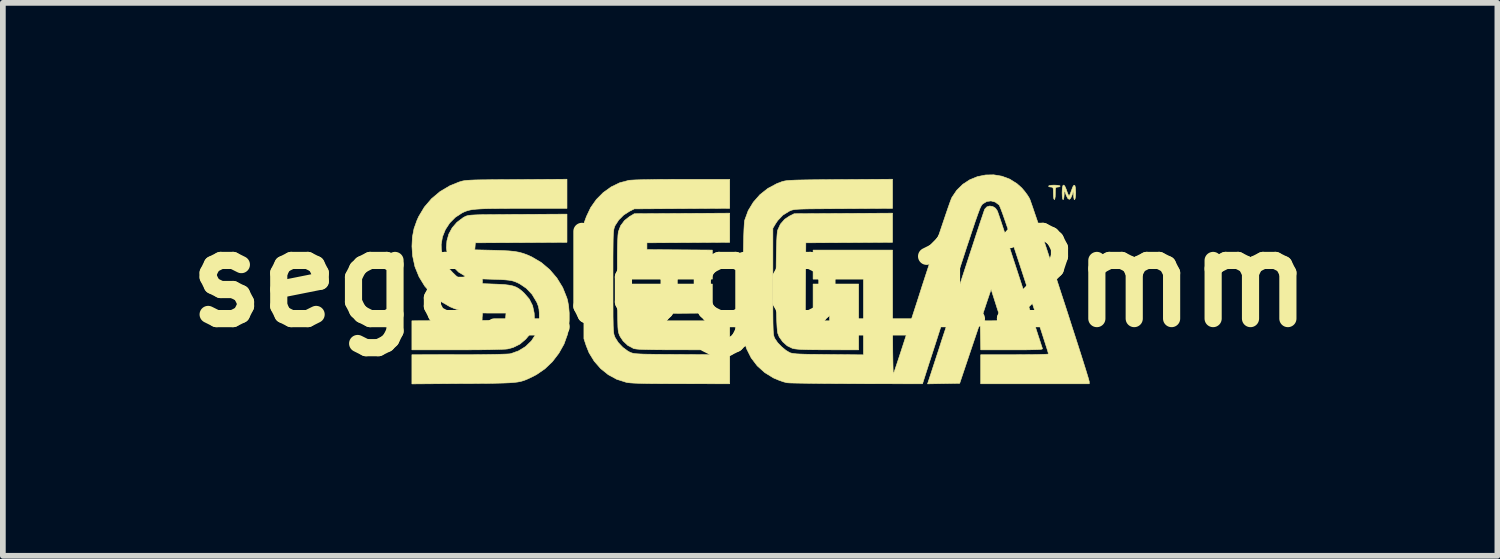
<source format=kicad_pcb>
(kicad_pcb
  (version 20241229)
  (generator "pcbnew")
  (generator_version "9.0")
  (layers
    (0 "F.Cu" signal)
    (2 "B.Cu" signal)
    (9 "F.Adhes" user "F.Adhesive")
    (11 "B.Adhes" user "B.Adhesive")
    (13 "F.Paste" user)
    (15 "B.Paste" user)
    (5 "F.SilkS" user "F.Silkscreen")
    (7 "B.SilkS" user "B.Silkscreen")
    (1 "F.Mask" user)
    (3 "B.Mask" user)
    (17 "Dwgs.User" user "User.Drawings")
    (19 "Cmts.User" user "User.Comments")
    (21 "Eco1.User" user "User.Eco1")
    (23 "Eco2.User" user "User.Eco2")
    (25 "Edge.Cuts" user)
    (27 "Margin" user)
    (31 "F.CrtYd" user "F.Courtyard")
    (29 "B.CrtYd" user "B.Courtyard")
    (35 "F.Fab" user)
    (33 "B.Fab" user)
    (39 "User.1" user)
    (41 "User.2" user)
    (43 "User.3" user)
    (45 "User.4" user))
  (footprint "sega_logo_12mm"
    (layer "F.Cu")
    (at 10.058 1.828)
    (property "Reference" "sega_logo_12mm" (at 0 0 0) (layer "F.SilkS") (effects (font (size 1.524 1.524) (thickness 0.3))))
    (attr through_hole)
    (fp_poly (pts (xy -0.356 -0.644) (xy -1.079 -0.639) (xy -1.803 -0.635) (xy -1.803 -0.516) (xy -1.232 -0.512) (xy -0.66 -0.508) (xy -0.66 0) (xy -2.32 0) (xy -2.32 -0.372) (xy -2.319 -0.486) (xy -2.317 -0.595) (xy -2.313 -0.691) (xy -2.309 -0.767) (xy -2.303 -0.818) (xy -2.302 -0.828) (xy -2.262 -0.934) (xy -2.194 -1.025) (xy -2.105 -1.095) (xy -2.024 -1.143) (xy -1.19 -1.148) (xy -0.356 -1.153) (xy -0.356 -0.644)) (stroke (width 0.01) (type solid)) (fill yes) (layer "F.SilkS"))
    (fp_poly (pts (xy 5.371 -1.64) (xy 5.408 -1.633) (xy 5.419 -1.626) (xy 5.404 -1.613) (xy 5.376 -1.609) (xy 5.354 -1.607) (xy 5.341 -1.596) (xy 5.335 -1.568) (xy 5.334 -1.517) (xy 5.334 -1.499) (xy 5.332 -1.441) (xy 5.325 -1.402) (xy 5.317 -1.389) (xy 5.308 -1.404) (xy 5.302 -1.445) (xy 5.3 -1.499) (xy 5.299 -1.558) (xy 5.295 -1.591) (xy 5.285 -1.605) (xy 5.265 -1.609) (xy 5.258 -1.609) (xy 5.226 -1.614) (xy 5.215 -1.626) (xy 5.231 -1.635) (xy 5.271 -1.641) (xy 5.317 -1.643) (xy 5.371 -1.64)) (stroke (width 0.01) (type solid)) (fill yes) (layer "F.SilkS"))
    (fp_poly (pts (xy -0.66 0.592) (xy -1.232 0.597) (xy -1.803 0.601) (xy -1.809 0.665) (xy -1.814 0.728) (xy -0.356 0.728) (xy -0.356 1.236) (xy -1.164 1.235) (xy -1.36 1.235) (xy -1.526 1.234) (xy -1.662 1.233) (xy -1.773 1.231) (xy -1.861 1.229) (xy -1.929 1.226) (xy -1.979 1.222) (xy -2.014 1.217) (xy -2.037 1.212) (xy -2.038 1.211) (xy -2.136 1.159) (xy -2.219 1.081) (xy -2.269 1.006) (xy -2.282 0.98) (xy -2.292 0.954) (xy -2.3 0.925) (xy -2.306 0.887) (xy -2.31 0.836) (xy -2.312 0.768) (xy -2.314 0.677) (xy -2.316 0.558) (xy -2.317 0.504) (xy -2.322 0.085) (xy -0.66 0.085) (xy -0.66 0.592)) (stroke (width 0.01) (type solid)) (fill yes) (layer "F.SilkS"))
    (fp_poly (pts (xy 5.501 -1.623) (xy 5.525 -1.568) (xy 5.531 -1.549) (xy 5.549 -1.499) (xy 5.565 -1.465) (xy 5.573 -1.456) (xy 5.585 -1.471) (xy 5.602 -1.509) (xy 5.616 -1.549) (xy 5.639 -1.612) (xy 5.659 -1.641) (xy 5.675 -1.637) (xy 5.685 -1.6) (xy 5.689 -1.531) (xy 5.69 -1.516) (xy 5.687 -1.452) (xy 5.68 -1.408) (xy 5.671 -1.388) (xy 5.663 -1.394) (xy 5.656 -1.43) (xy 5.654 -1.469) (xy 5.652 -1.549) (xy 5.626 -1.468) (xy 5.602 -1.414) (xy 5.579 -1.394) (xy 5.554 -1.408) (xy 5.529 -1.455) (xy 5.519 -1.482) (xy 5.489 -1.566) (xy 5.488 -1.477) (xy 5.484 -1.428) (xy 5.476 -1.395) (xy 5.469 -1.389) (xy 5.461 -1.404) (xy 5.455 -1.447) (xy 5.453 -1.51) (xy 5.453 -1.516) (xy 5.456 -1.591) (xy 5.466 -1.634) (xy 5.482 -1.645) (xy 5.501 -1.623)) (stroke (width 0.01) (type solid)) (fill yes) (layer "F.SilkS"))
    (fp_poly (pts (xy 2.489 -0.644) (xy 1.731 -0.639) (xy 0.974 -0.635) (xy 0.969 0.047) (xy 0.965 0.728) (xy 1.389 0.728) (xy 1.389 0.593) (xy 1.101 0.593) (xy 1.101 0.085) (xy 1.897 0.085) (xy 1.897 1.236) (xy 1.359 1.235) (xy 1.199 1.234) (xy 1.069 1.233) (xy 0.966 1.231) (xy 0.885 1.228) (xy 0.824 1.223) (xy 0.779 1.218) (xy 0.746 1.21) (xy 0.739 1.209) (xy 0.649 1.165) (xy 0.57 1.095) (xy 0.509 1.009) (xy 0.484 0.947) (xy 0.477 0.906) (xy 0.471 0.836) (xy 0.466 0.741) (xy 0.462 0.624) (xy 0.459 0.491) (xy 0.456 0.345) (xy 0.455 0.192) (xy 0.454 0.034) (xy 0.455 -0.124) (xy 0.456 -0.277) (xy 0.458 -0.421) (xy 0.461 -0.552) (xy 0.465 -0.665) (xy 0.47 -0.757) (xy 0.476 -0.823) (xy 0.482 -0.856) (xy 0.53 -0.961) (xy 0.605 -1.047) (xy 0.69 -1.103) (xy 0.77 -1.143) (xy 1.63 -1.148) (xy 2.489 -1.153) (xy 2.489 -0.644)) (stroke (width 0.01) (type solid)) (fill yes) (layer "F.SilkS"))
    (fp_poly (pts (xy -0.356 -1.238) (xy -1.19 -1.233) (xy -2.024 -1.228) (xy -2.107 -1.186) (xy -2.209 -1.121) (xy -2.295 -1.035) (xy -2.358 -0.938) (xy -2.36 -0.934) (xy -2.368 -0.916) (xy -2.374 -0.897) (xy -2.38 -0.875) (xy -2.384 -0.847) (xy -2.388 -0.809) (xy -2.391 -0.759) (xy -2.393 -0.694) (xy -2.394 -0.611) (xy -2.395 -0.506) (xy -2.396 -0.378) (xy -2.396 -0.223) (xy -2.396 -0.038) (xy -2.396 0.042) (xy -2.396 0.24) (xy -2.396 0.406) (xy -2.395 0.544) (xy -2.395 0.657) (xy -2.393 0.749) (xy -2.392 0.82) (xy -2.389 0.876) (xy -2.386 0.918) (xy -2.382 0.95) (xy -2.377 0.974) (xy -2.37 0.993) (xy -2.363 1.011) (xy -2.36 1.019) (xy -2.304 1.108) (xy -2.225 1.192) (xy -2.136 1.258) (xy -2.102 1.276) (xy -2.083 1.284) (xy -2.064 1.291) (xy -2.04 1.297) (xy -2.01 1.302) (xy -1.97 1.305) (xy -1.916 1.308) (xy -1.847 1.311) (xy -1.758 1.312) (xy -1.648 1.314) (xy -1.512 1.315) (xy -1.347 1.316) (xy -1.19 1.317) (xy -0.356 1.322) (xy -0.356 1.829) (xy -1.206 1.827) (xy -1.412 1.827) (xy -1.587 1.826) (xy -1.734 1.825) (xy -1.854 1.823) (xy -1.952 1.82) (xy -2.03 1.817) (xy -2.09 1.813) (xy -2.135 1.808) (xy -2.167 1.802) (xy -2.329 1.751) (xy -2.478 1.67) (xy -2.611 1.563) (xy -2.724 1.434) (xy -2.814 1.287) (xy -2.863 1.165) (xy -2.904 1.041) (xy -2.904 -0.974) (xy -2.86 -1.094) (xy -2.786 -1.25) (xy -2.687 -1.391) (xy -2.567 -1.512) (xy -2.429 -1.611) (xy -2.279 -1.684) (xy -2.12 -1.726) (xy -2.117 -1.727) (xy -2.075 -1.73) (xy -2.003 -1.734) (xy -1.903 -1.737) (xy -1.78 -1.739) (xy -1.635 -1.742) (xy -1.473 -1.743) (xy -1.297 -1.744) (xy -1.181 -1.744) (xy -0.356 -1.744) (xy -0.356 -1.238)) (stroke (width 0.01) (type solid)) (fill yes) (layer "F.SilkS"))
    (fp_poly (pts (xy 4.241 -1.269) (xy 4.289 -1.239) (xy 4.323 -1.189) (xy 4.323 -1.188) (xy 4.332 -1.162) (xy 4.351 -1.107) (xy 4.379 -1.024) (xy 4.414 -0.918) (xy 4.456 -0.79) (xy 4.504 -0.644) (xy 4.557 -0.481) (xy 4.614 -0.306) (xy 4.675 -0.12) (xy 4.725 0.034) (xy 4.787 0.225) (xy 4.846 0.406) (xy 4.901 0.576) (xy 4.952 0.731) (xy 4.997 0.87) (xy 5.035 0.988) (xy 5.067 1.085) (xy 5.09 1.157) (xy 5.105 1.201) (xy 5.11 1.215) (xy 5.105 1.221) (xy 5.085 1.226) (xy 5.046 1.23) (xy 4.986 1.232) (xy 4.901 1.234) (xy 4.79 1.236) (xy 4.649 1.236) (xy 4.574 1.236) (xy 4.031 1.236) (xy 4.022 0.754) (xy 3.842 1.287) (xy 3.663 1.82) (xy 3.101 1.83) (xy 3.15 1.681) (xy 3.163 1.642) (xy 3.185 1.574) (xy 3.216 1.479) (xy 3.255 1.359) (xy 3.301 1.219) (xy 3.352 1.059) (xy 3.41 0.884) (xy 3.465 0.712) (xy 4.036 0.712) (xy 4.046 0.72) (xy 4.072 0.725) (xy 4.12 0.728) (xy 4.196 0.728) (xy 4.209 0.728) (xy 4.292 0.727) (xy 4.346 0.724) (xy 4.375 0.718) (xy 4.382 0.708) (xy 4.382 0.707) (xy 4.374 0.684) (xy 4.358 0.635) (xy 4.336 0.566) (xy 4.309 0.483) (xy 4.293 0.432) (xy 4.212 0.178) (xy 4.129 0.423) (xy 4.1 0.511) (xy 4.074 0.589) (xy 4.053 0.65) (xy 4.04 0.69) (xy 4.037 0.699) (xy 4.036 0.712) (xy 3.465 0.712) (xy 3.471 0.695) (xy 3.536 0.495) (xy 3.603 0.288) (xy 3.642 0.169) (xy 3.709 -0.038) (xy 3.774 -0.236) (xy 3.835 -0.424) (xy 3.892 -0.597) (xy 3.943 -0.754) (xy 3.989 -0.893) (xy 4.028 -1.011) (xy 4.06 -1.105) (xy 4.083 -1.174) (xy 4.097 -1.214) (xy 4.101 -1.224) (xy 4.138 -1.263) (xy 4.187 -1.278) (xy 4.241 -1.269)) (stroke (width 0.01) (type solid)) (fill yes) (layer "F.SilkS"))
    (fp_poly (pts (xy -3.2 -1.236) (xy -3.987 -1.236) (xy -4.185 -1.236) (xy -4.353 -1.235) (xy -4.493 -1.234) (xy -4.609 -1.232) (xy -4.704 -1.228) (xy -4.781 -1.223) (xy -4.844 -1.217) (xy -4.895 -1.208) (xy -4.938 -1.197) (xy -4.976 -1.184) (xy -5.012 -1.168) (xy -5.034 -1.157) (xy -5.151 -1.081) (xy -5.249 -0.982) (xy -5.325 -0.866) (xy -5.376 -0.739) (xy -5.398 -0.607) (xy -5.396 -0.523) (xy -5.371 -0.391) (xy -5.325 -0.278) (xy -5.252 -0.174) (xy -5.2 -0.117) (xy -5.142 -0.061) (xy -5.088 -0.017) (xy -5.033 0.016) (xy -4.973 0.041) (xy -4.9 0.058) (xy -4.811 0.07) (xy -4.7 0.078) (xy -4.561 0.083) (xy -4.538 0.084) (xy -4.403 0.089) (xy -4.296 0.095) (xy -4.212 0.105) (xy -4.145 0.119) (xy -4.09 0.139) (xy -4.042 0.166) (xy -3.994 0.203) (xy -3.948 0.245) (xy -3.859 0.348) (xy -3.801 0.463) (xy -3.773 0.594) (xy -3.77 0.669) (xy -3.78 0.789) (xy -3.81 0.89) (xy -3.864 0.981) (xy -3.919 1.047) (xy -4.022 1.135) (xy -4.141 1.194) (xy -4.233 1.219) (xy -4.27 1.223) (xy -4.338 1.226) (xy -4.433 1.229) (xy -4.551 1.232) (xy -4.691 1.234) (xy -4.848 1.235) (xy -5.019 1.236) (xy -5.116 1.236) (xy -5.91 1.236) (xy -5.91 0.728) (xy -4.276 0.72) (xy -4.265 0.593) (xy -4.563 0.593) (xy -4.724 0.59) (xy -4.857 0.583) (xy -4.97 0.569) (xy -5.07 0.547) (xy -5.162 0.517) (xy -5.241 0.484) (xy -5.412 0.386) (xy -5.561 0.264) (xy -5.686 0.121) (xy -5.785 -0.041) (xy -5.857 -0.218) (xy -5.898 -0.408) (xy -5.909 -0.574) (xy -5.901 -0.736) (xy -5.873 -0.882) (xy -5.822 -1.025) (xy -5.792 -1.092) (xy -5.692 -1.259) (xy -5.566 -1.406) (xy -5.417 -1.531) (xy -5.246 -1.632) (xy -5.088 -1.696) (xy -5.062 -1.704) (xy -5.036 -1.712) (xy -5.008 -1.718) (xy -4.974 -1.723) (xy -4.933 -1.727) (xy -4.88 -1.73) (xy -4.813 -1.733) (xy -4.729 -1.735) (xy -4.623 -1.736) (xy -4.495 -1.738) (xy -4.339 -1.739) (xy -4.154 -1.74) (xy -4.085 -1.74) (xy -3.2 -1.746) (xy -3.2 -1.236)) (stroke (width 0.01) (type solid)) (fill yes) (layer "F.SilkS"))
    (fp_poly (pts (xy -3.2 -0.644) (xy -4 -0.639) (xy -4.801 -0.635) (xy -4.806 -0.573) (xy -4.811 -0.512) (xy -4.467 -0.504) (xy -4.326 -0.499) (xy -4.211 -0.493) (xy -4.118 -0.484) (xy -4.04 -0.47) (xy -3.969 -0.451) (xy -3.9 -0.426) (xy -3.826 -0.393) (xy -3.817 -0.389) (xy -3.65 -0.291) (xy -3.503 -0.167) (xy -3.377 -0.02) (xy -3.275 0.146) (xy -3.202 0.328) (xy -3.189 0.373) (xy -3.171 0.472) (xy -3.161 0.591) (xy -3.161 0.718) (xy -3.169 0.841) (xy -3.186 0.947) (xy -3.191 0.965) (xy -3.252 1.135) (xy -3.342 1.295) (xy -3.454 1.441) (xy -3.586 1.567) (xy -3.731 1.667) (xy -3.776 1.691) (xy -3.83 1.718) (xy -3.877 1.74) (xy -3.921 1.759) (xy -3.965 1.775) (xy -4.011 1.788) (xy -4.064 1.798) (xy -4.126 1.805) (xy -4.2 1.811) (xy -4.291 1.815) (xy -4.4 1.818) (xy -4.532 1.821) (xy -4.689 1.822) (xy -4.875 1.824) (xy -5.008 1.824) (xy -5.91 1.831) (xy -5.91 1.321) (xy -5.084 1.32) (xy -4.901 1.32) (xy -4.732 1.319) (xy -4.58 1.317) (xy -4.449 1.315) (xy -4.34 1.312) (xy -4.257 1.309) (xy -4.204 1.306) (xy -4.186 1.303) (xy -4.047 1.254) (xy -3.923 1.178) (xy -3.819 1.077) (xy -3.74 0.954) (xy -3.739 0.952) (xy -3.713 0.897) (xy -3.696 0.851) (xy -3.687 0.805) (xy -3.684 0.746) (xy -3.683 0.669) (xy -3.684 0.586) (xy -3.689 0.526) (xy -3.699 0.478) (xy -3.716 0.431) (xy -3.729 0.401) (xy -3.809 0.267) (xy -3.911 0.159) (xy -4.034 0.077) (xy -4.098 0.048) (xy -4.134 0.035) (xy -4.173 0.025) (xy -4.22 0.018) (xy -4.282 0.012) (xy -4.362 0.007) (xy -4.468 0.003) (xy -4.538 0.001) (xy -4.656 -0.003) (xy -4.746 -0.006) (xy -4.814 -0.011) (xy -4.864 -0.016) (xy -4.903 -0.024) (xy -4.936 -0.034) (xy -4.968 -0.048) (xy -4.978 -0.053) (xy -5.094 -0.123) (xy -5.184 -0.213) (xy -5.25 -0.317) (xy -5.291 -0.43) (xy -5.307 -0.55) (xy -5.298 -0.67) (xy -5.265 -0.788) (xy -5.206 -0.897) (xy -5.122 -0.994) (xy -5.014 -1.075) (xy -4.992 -1.087) (xy -4.975 -1.096) (xy -4.958 -1.103) (xy -4.938 -1.109) (xy -4.912 -1.114) (xy -4.877 -1.118) (xy -4.83 -1.121) (xy -4.768 -1.124) (xy -4.688 -1.126) (xy -4.587 -1.127) (xy -4.462 -1.128) (xy -4.31 -1.129) (xy -4.128 -1.131) (xy -4.06 -1.131) (xy -3.2 -1.136) (xy -3.2 -0.644)) (stroke (width 0.01) (type solid)) (fill yes) (layer "F.SilkS"))
    (fp_poly (pts (xy 4.4 -1.799) (xy 4.537 -1.748) (xy 4.664 -1.668) (xy 4.748 -1.593) (xy 4.799 -1.533) (xy 4.847 -1.468) (xy 4.881 -1.413) (xy 4.893 -1.385) (xy 4.913 -1.328) (xy 4.942 -1.245) (xy 4.978 -1.138) (xy 5.022 -1.01) (xy 5.07 -0.864) (xy 5.124 -0.703) (xy 5.182 -0.529) (xy 5.242 -0.345) (xy 5.305 -0.153) (xy 5.37 0.043) (xy 5.434 0.241) (xy 5.499 0.439) (xy 5.562 0.633) (xy 5.622 0.821) (xy 5.68 1) (xy 5.734 1.167) (xy 5.783 1.321) (xy 5.826 1.457) (xy 5.863 1.574) (xy 5.892 1.669) (xy 5.913 1.738) (xy 5.924 1.78) (xy 5.927 1.791) (xy 5.927 1.829) (xy 4.03 1.829) (xy 4.03 1.321) (xy 4.623 1.321) (xy 4.761 1.32) (xy 4.887 1.319) (xy 4.998 1.318) (xy 5.091 1.315) (xy 5.16 1.313) (xy 5.203 1.31) (xy 5.215 1.307) (xy 5.21 1.289) (xy 5.196 1.241) (xy 5.172 1.166) (xy 5.14 1.066) (xy 5.101 0.944) (xy 5.055 0.802) (xy 5.004 0.643) (xy 4.947 0.468) (xy 4.887 0.281) (xy 4.823 0.084) (xy 4.801 0.017) (xy 4.712 -0.256) (xy 4.633 -0.496) (xy 4.564 -0.705) (xy 4.504 -0.882) (xy 4.454 -1.028) (xy 4.414 -1.142) (xy 4.383 -1.225) (xy 4.362 -1.276) (xy 4.351 -1.297) (xy 4.284 -1.347) (xy 4.21 -1.367) (xy 4.136 -1.357) (xy 4.069 -1.317) (xy 4.056 -1.305) (xy 4.05 -1.297) (xy 4.042 -1.286) (xy 4.034 -1.27) (xy 4.023 -1.249) (xy 4.011 -1.22) (xy 3.997 -1.182) (xy 3.979 -1.134) (xy 3.958 -1.074) (xy 3.932 -1.001) (xy 3.903 -0.913) (xy 3.868 -0.81) (xy 3.828 -0.688) (xy 3.781 -0.548) (xy 3.729 -0.387) (xy 3.669 -0.204) (xy 3.602 0.002) (xy 3.528 0.233) (xy 3.444 0.491) (xy 3.352 0.776) (xy 3.251 1.091) (xy 3.139 1.436) (xy 3.131 1.46) (xy 3.013 1.829) (xy 1.875 1.827) (xy 1.679 1.826) (xy 1.491 1.825) (xy 1.313 1.824) (xy 1.15 1.822) (xy 1.004 1.82) (xy 0.879 1.818) (xy 0.776 1.816) (xy 0.7 1.814) (xy 0.654 1.811) (xy 0.643 1.81) (xy 0.585 1.795) (xy 0.51 1.769) (xy 0.432 1.737) (xy 0.406 1.725) (xy 0.255 1.632) (xy 0.125 1.515) (xy 0.019 1.376) (xy -0.06 1.219) (xy -0.094 1.117) (xy -0.099 1.077) (xy -0.105 1.007) (xy -0.109 0.912) (xy -0.113 0.794) (xy -0.116 0.657) (xy -0.118 0.506) (xy -0.12 0.344) (xy -0.121 0.175) (xy -0.121 0.004) (xy -0.12 -0.167) (xy -0.119 -0.333) (xy -0.117 -0.491) (xy -0.114 -0.636) (xy -0.111 -0.765) (xy -0.107 -0.873) (xy -0.102 -0.958) (xy -0.097 -1.015) (xy -0.093 -1.033) (xy -0.033 -1.197) (xy 0.057 -1.345) (xy 0.172 -1.476) (xy 0.31 -1.585) (xy 0.469 -1.67) (xy 0.559 -1.704) (xy 0.582 -1.71) (xy 0.608 -1.716) (xy 0.641 -1.721) (xy 0.684 -1.725) (xy 0.738 -1.728) (xy 0.808 -1.731) (xy 0.896 -1.733) (xy 1.005 -1.735) (xy 1.138 -1.737) (xy 1.298 -1.738) (xy 1.487 -1.74) (xy 1.571 -1.74) (xy 2.489 -1.746) (xy 2.489 -1.237) (xy 1.63 -1.232) (xy 1.437 -1.231) (xy 1.276 -1.23) (xy 1.142 -1.229) (xy 1.033 -1.228) (xy 0.945 -1.226) (xy 0.877 -1.224) (xy 0.824 -1.221) (xy 0.784 -1.217) (xy 0.754 -1.212) (xy 0.731 -1.207) (xy 0.711 -1.2) (xy 0.692 -1.191) (xy 0.686 -1.189) (xy 0.573 -1.119) (xy 0.481 -1.022) (xy 0.443 -0.965) (xy 0.398 -0.889) (xy 0.398 0.042) (xy 0.398 0.243) (xy 0.398 0.414) (xy 0.398 0.555) (xy 0.399 0.672) (xy 0.4 0.766) (xy 0.402 0.84) (xy 0.404 0.898) (xy 0.407 0.941) (xy 0.411 0.973) (xy 0.416 0.997) (xy 0.422 1.015) (xy 0.429 1.031) (xy 0.435 1.042) (xy 0.483 1.112) (xy 0.552 1.183) (xy 0.627 1.245) (xy 0.689 1.282) (xy 0.709 1.29) (xy 0.734 1.296) (xy 0.768 1.301) (xy 0.814 1.306) (xy 0.875 1.309) (xy 0.956 1.312) (xy 1.06 1.314) (xy 1.189 1.315) (xy 1.349 1.317) (xy 1.367 1.317) (xy 1.981 1.323) (xy 1.981 0) (xy 1.101 0) (xy 1.101 -0.508) (xy 2.489 -0.508) (xy 2.49 0.588) (xy 2.49 0.777) (xy 2.491 0.954) (xy 2.492 1.118) (xy 2.493 1.265) (xy 2.495 1.393) (xy 2.497 1.499) (xy 2.499 1.581) (xy 2.501 1.635) (xy 2.503 1.659) (xy 2.504 1.659) (xy 2.511 1.64) (xy 2.528 1.591) (xy 2.554 1.513) (xy 2.588 1.411) (xy 2.629 1.286) (xy 2.677 1.139) (xy 2.73 0.975) (xy 2.789 0.794) (xy 2.852 0.6) (xy 2.919 0.394) (xy 2.988 0.178) (xy 2.996 0.152) (xy 3.067 -0.066) (xy 3.136 -0.276) (xy 3.201 -0.477) (xy 3.263 -0.665) (xy 3.321 -0.838) (xy 3.373 -0.993) (xy 3.419 -1.129) (xy 3.458 -1.243) (xy 3.489 -1.331) (xy 3.512 -1.393) (xy 3.525 -1.424) (xy 3.525 -1.425) (xy 3.611 -1.553) (xy 3.717 -1.657) (xy 3.838 -1.736) (xy 3.972 -1.791) (xy 4.113 -1.82) (xy 4.257 -1.823) (xy 4.4 -1.799)) (stroke (width 0.01) (type solid)) (fill yes) (layer "F.SilkS")))
  (gr_rect
    (start -3 -3)
    (end 23.117 6.663)
    (stroke (width 0.1) (type default))
    (fill no)
    (layer "Edge.Cuts")))
</source>
